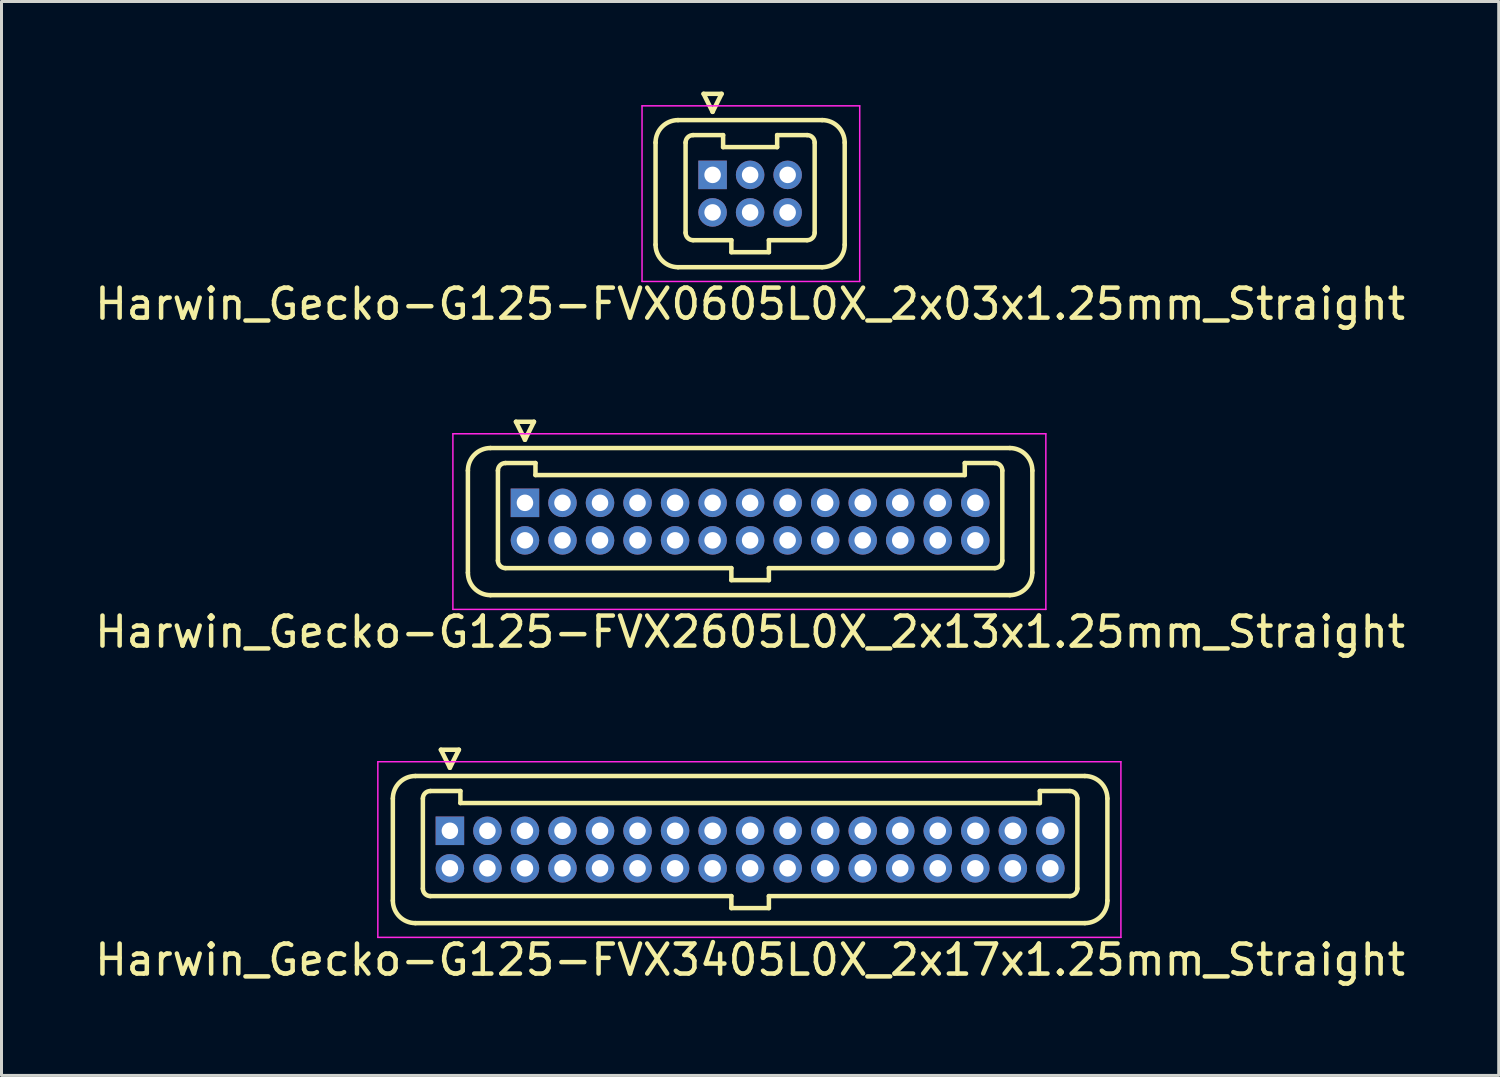
<source format=kicad_pcb>
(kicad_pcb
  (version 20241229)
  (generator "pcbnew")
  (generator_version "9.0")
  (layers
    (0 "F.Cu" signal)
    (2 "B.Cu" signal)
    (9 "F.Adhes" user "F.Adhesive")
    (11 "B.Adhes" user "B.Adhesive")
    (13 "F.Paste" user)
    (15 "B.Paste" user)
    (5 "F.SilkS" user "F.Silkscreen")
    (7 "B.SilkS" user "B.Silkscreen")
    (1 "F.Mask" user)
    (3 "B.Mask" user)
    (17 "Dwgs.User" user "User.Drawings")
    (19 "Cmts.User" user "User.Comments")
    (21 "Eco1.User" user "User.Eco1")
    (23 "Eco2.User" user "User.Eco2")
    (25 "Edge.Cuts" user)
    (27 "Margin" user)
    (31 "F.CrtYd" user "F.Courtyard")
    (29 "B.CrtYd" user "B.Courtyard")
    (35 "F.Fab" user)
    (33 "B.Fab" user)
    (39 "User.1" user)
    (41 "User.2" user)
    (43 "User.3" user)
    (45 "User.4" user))
  (footprint "Harwin_Gecko-G125-FVX0605L0X_2x03x1.25mm_Straight"
    (layer "F.Cu")
    (at 20.685 2.775)
    (property "Reference" "Harwin_Gecko-G125-FVX0605L0X_2x03x1.25mm_Straight" (at 1.25 4.3 0) (layer "F.SilkS") (effects (font (size 1 1) (thickness 0.15))))
    (attr through_hole)
    (fp_line (start -1.9 -1.075) (end -1.9 2.325) (stroke (width 0.15) (type solid)) (layer "F.SilkS"))
    (fp_line (start -1.15 -1.825) (end 3.65 -1.825) (stroke (width 0.15) (type solid)) (layer "F.SilkS"))
    (fp_line (start -1.15 3.075) (end 3.65 3.075) (stroke (width 0.15) (type solid)) (layer "F.SilkS"))
    (fp_line (start -0.9 -1.075) (end -0.9 1.925) (stroke (width 0.15) (type solid)) (layer "F.SilkS"))
    (fp_line (start -0.65 -1.325) (end 0.35 -1.325) (stroke (width 0.15) (type solid)) (layer "F.SilkS"))
    (fp_line (start -0.65 2.175) (end 0.625 2.175) (stroke (width 0.15) (type solid)) (layer "F.SilkS"))
    (fp_line (start -0.3 -2.7) (end 0.3 -2.7) (stroke (width 0.15) (type solid)) (layer "F.SilkS"))
    (fp_line (start 0 -2.1) (end -0.3 -2.7) (stroke (width 0.15) (type solid)) (layer "F.SilkS"))
    (fp_line (start 0.3 -2.7) (end 0 -2.1) (stroke (width 0.15) (type solid)) (layer "F.SilkS"))
    (fp_line (start 0.35 -1.325) (end 0.35 -0.925) (stroke (width 0.15) (type solid)) (layer "F.SilkS"))
    (fp_line (start 0.35 -0.925) (end 2.15 -0.925) (stroke (width 0.15) (type solid)) (layer "F.SilkS"))
    (fp_line (start 0.625 2.175) (end 0.625 2.575) (stroke (width 0.15) (type solid)) (layer "F.SilkS"))
    (fp_line (start 0.625 2.575) (end 1.875 2.575) (stroke (width 0.15) (type solid)) (layer "F.SilkS"))
    (fp_line (start 1.875 2.175) (end 3.15 2.175) (stroke (width 0.15) (type solid)) (layer "F.SilkS"))
    (fp_line (start 1.875 2.575) (end 1.875 2.175) (stroke (width 0.15) (type solid)) (layer "F.SilkS"))
    (fp_line (start 2.15 -1.325) (end 3.15 -1.325) (stroke (width 0.15) (type solid)) (layer "F.SilkS"))
    (fp_line (start 2.15 -0.925) (end 2.15 -1.325) (stroke (width 0.15) (type solid)) (layer "F.SilkS"))
    (fp_line (start 3.4 -1.075) (end 3.4 1.925) (stroke (width 0.15) (type solid)) (layer "F.SilkS"))
    (fp_line (start 4.4 -1.075) (end 4.4 2.325) (stroke (width 0.15) (type solid)) (layer "F.SilkS"))
    (fp_arc (start -1.9 -1.075) (mid -1.68033 -1.60533) (end -1.15 -1.825) (stroke (width 0.15) (type solid)) (layer "F.SilkS"))
    (fp_arc (start -1.15 3.075) (mid -1.68033 2.85533) (end -1.9 2.325) (stroke (width 0.15) (type solid)) (layer "F.SilkS"))
    (fp_arc (start -0.9 -1.075) (mid -0.826777 -1.251777) (end -0.65 -1.325) (stroke (width 0.15) (type solid)) (layer "F.SilkS"))
    (fp_arc (start -0.65 2.175) (mid -0.826777 2.101777) (end -0.9 1.925) (stroke (width 0.15) (type solid)) (layer "F.SilkS"))
    (fp_arc (start 3.15 -1.325) (mid 3.326777 -1.251777) (end 3.4 -1.075) (stroke (width 0.15) (type solid)) (layer "F.SilkS"))
    (fp_arc (start 3.4 1.925) (mid 3.326777 2.101777) (end 3.15 2.175) (stroke (width 0.15) (type solid)) (layer "F.SilkS"))
    (fp_arc (start 3.65 -1.825) (mid 4.18033 -1.60533) (end 4.4 -1.075) (stroke (width 0.15) (type solid)) (layer "F.SilkS"))
    (fp_arc (start 4.4 2.325) (mid 4.18033 2.85533) (end 3.65 3.075) (stroke (width 0.15) (type solid)) (layer "F.SilkS"))
    (fp_line (start -2.35 -2.3) (end -2.35 3.55) (stroke (width 0.05) (type solid)) (layer "F.CrtYd"))
    (fp_line (start -2.35 3.55) (end 4.9 3.55) (stroke (width 0.05) (type solid)) (layer "F.CrtYd"))
    (fp_line (start 4.9 -2.3) (end -2.35 -2.3) (stroke (width 0.05) (type solid)) (layer "F.CrtYd"))
    (fp_line (start 4.9 3.55) (end 4.9 -2.3) (stroke (width 0.05) (type solid)) (layer "F.CrtYd"))
    (pad "1" thru_hole rect (at 0 0) (size 0.95 0.95) (drill 0.55) (layers "*.Cu" "*.Mask"))
    (pad "2" thru_hole circle (at 0 1.25) (size 0.95 0.95) (drill 0.55) (layers "*.Cu" "*.Mask"))
    (pad "3" thru_hole circle (at 1.25 0) (size 0.95 0.95) (drill 0.55) (layers "*.Cu" "*.Mask"))
    (pad "4" thru_hole circle (at 1.25 1.25) (size 0.95 0.95) (drill 0.55) (layers "*.Cu" "*.Mask"))
    (pad "5" thru_hole circle (at 2.5 0) (size 0.95 0.95) (drill 0.55) (layers "*.Cu" "*.Mask"))
    (pad "6" thru_hole circle (at 2.5 1.25) (size 0.95 0.95) (drill 0.55) (layers "*.Cu" "*.Mask")))
  (footprint "Harwin_Gecko-G125-FVX3405L0X_2x17x1.25mm_Straight"
    (layer "F.Cu")
    (at 11.935 24.622)
    (property "Reference" "Harwin_Gecko-G125-FVX3405L0X_2x17x1.25mm_Straight" (at 10 4.3 0) (layer "F.SilkS") (effects (font (size 1 1) (thickness 0.15))))
    (attr through_hole)
    (fp_line (start -1.9 -1.075) (end -1.9 2.325) (stroke (width 0.15) (type solid)) (layer "F.SilkS"))
    (fp_line (start -1.15 -1.825) (end 21.15 -1.825) (stroke (width 0.15) (type solid)) (layer "F.SilkS"))
    (fp_line (start -1.15 3.075) (end 21.15 3.075) (stroke (width 0.15) (type solid)) (layer "F.SilkS"))
    (fp_line (start -0.9 -1.075) (end -0.9 1.925) (stroke (width 0.15) (type solid)) (layer "F.SilkS"))
    (fp_line (start -0.65 -1.325) (end 0.35 -1.325) (stroke (width 0.15) (type solid)) (layer "F.SilkS"))
    (fp_line (start -0.65 2.175) (end 9.375 2.175) (stroke (width 0.15) (type solid)) (layer "F.SilkS"))
    (fp_line (start -0.3 -2.7) (end 0.3 -2.7) (stroke (width 0.15) (type solid)) (layer "F.SilkS"))
    (fp_line (start 0 -2.1) (end -0.3 -2.7) (stroke (width 0.15) (type solid)) (layer "F.SilkS"))
    (fp_line (start 0.3 -2.7) (end 0 -2.1) (stroke (width 0.15) (type solid)) (layer "F.SilkS"))
    (fp_line (start 0.35 -1.325) (end 0.35 -0.925) (stroke (width 0.15) (type solid)) (layer "F.SilkS"))
    (fp_line (start 0.35 -0.925) (end 19.65 -0.925) (stroke (width 0.15) (type solid)) (layer "F.SilkS"))
    (fp_line (start 9.375 2.175) (end 9.375 2.575) (stroke (width 0.15) (type solid)) (layer "F.SilkS"))
    (fp_line (start 9.375 2.575) (end 10.625 2.575) (stroke (width 0.15) (type solid)) (layer "F.SilkS"))
    (fp_line (start 10.625 2.175) (end 20.65 2.175) (stroke (width 0.15) (type solid)) (layer "F.SilkS"))
    (fp_line (start 10.625 2.575) (end 10.625 2.175) (stroke (width 0.15) (type solid)) (layer "F.SilkS"))
    (fp_line (start 19.65 -1.325) (end 20.65 -1.325) (stroke (width 0.15) (type solid)) (layer "F.SilkS"))
    (fp_line (start 19.65 -0.925) (end 19.65 -1.325) (stroke (width 0.15) (type solid)) (layer "F.SilkS"))
    (fp_line (start 20.9 -1.075) (end 20.9 1.925) (stroke (width 0.15) (type solid)) (layer "F.SilkS"))
    (fp_line (start 21.9 -1.075) (end 21.9 2.325) (stroke (width 0.15) (type solid)) (layer "F.SilkS"))
    (fp_arc (start -1.9 -1.075) (mid -1.68033 -1.60533) (end -1.15 -1.825) (stroke (width 0.15) (type solid)) (layer "F.SilkS"))
    (fp_arc (start -1.15 3.075) (mid -1.68033 2.85533) (end -1.9 2.325) (stroke (width 0.15) (type solid)) (layer "F.SilkS"))
    (fp_arc (start -0.9 -1.075) (mid -0.826777 -1.251777) (end -0.65 -1.325) (stroke (width 0.15) (type solid)) (layer "F.SilkS"))
    (fp_arc (start -0.65 2.175) (mid -0.826777 2.101777) (end -0.9 1.925) (stroke (width 0.15) (type solid)) (layer "F.SilkS"))
    (fp_arc (start 20.65 -1.325) (mid 20.826777 -1.251777) (end 20.9 -1.075) (stroke (width 0.15) (type solid)) (layer "F.SilkS"))
    (fp_arc (start 20.9 1.925) (mid 20.826777 2.101777) (end 20.65 2.175) (stroke (width 0.15) (type solid)) (layer "F.SilkS"))
    (fp_arc (start 21.15 -1.825) (mid 21.68033 -1.60533) (end 21.9 -1.075) (stroke (width 0.15) (type solid)) (layer "F.SilkS"))
    (fp_arc (start 21.9 2.325) (mid 21.68033 2.85533) (end 21.15 3.075) (stroke (width 0.15) (type solid)) (layer "F.SilkS"))
    (fp_line (start -2.4 -2.3) (end -2.4 3.55) (stroke (width 0.05) (type solid)) (layer "F.CrtYd"))
    (fp_line (start -2.4 3.55) (end 22.35 3.55) (stroke (width 0.05) (type solid)) (layer "F.CrtYd"))
    (fp_line (start 22.35 -2.3) (end -2.4 -2.3) (stroke (width 0.05) (type solid)) (layer "F.CrtYd"))
    (fp_line (start 22.35 3.55) (end 22.35 -2.3) (stroke (width 0.05) (type solid)) (layer "F.CrtYd"))
    (pad "1" thru_hole rect (at 0 0) (size 0.95 0.95) (drill 0.55) (layers "*.Cu" "*.Mask"))
    (pad "2" thru_hole circle (at 0 1.25) (size 0.95 0.95) (drill 0.55) (layers "*.Cu" "*.Mask"))
    (pad "3" thru_hole circle (at 1.25 0) (size 0.95 0.95) (drill 0.55) (layers "*.Cu" "*.Mask"))
    (pad "4" thru_hole circle (at 1.25 1.25) (size 0.95 0.95) (drill 0.55) (layers "*.Cu" "*.Mask"))
    (pad "5" thru_hole circle (at 2.5 0) (size 0.95 0.95) (drill 0.55) (layers "*.Cu" "*.Mask"))
    (pad "6" thru_hole circle (at 2.5 1.25) (size 0.95 0.95) (drill 0.55) (layers "*.Cu" "*.Mask"))
    (pad "7" thru_hole circle (at 3.75 0) (size 0.95 0.95) (drill 0.55) (layers "*.Cu" "*.Mask"))
    (pad "8" thru_hole circle (at 3.75 1.25) (size 0.95 0.95) (drill 0.55) (layers "*.Cu" "*.Mask"))
    (pad "9" thru_hole circle (at 5 0) (size 0.95 0.95) (drill 0.55) (layers "*.Cu" "*.Mask"))
    (pad "10" thru_hole circle (at 5 1.25) (size 0.95 0.95) (drill 0.55) (layers "*.Cu" "*.Mask"))
    (pad "11" thru_hole circle (at 6.25 0) (size 0.95 0.95) (drill 0.55) (layers "*.Cu" "*.Mask"))
    (pad "12" thru_hole circle (at 6.25 1.25) (size 0.95 0.95) (drill 0.55) (layers "*.Cu" "*.Mask"))
    (pad "13" thru_hole circle (at 7.5 0) (size 0.95 0.95) (drill 0.55) (layers "*.Cu" "*.Mask"))
    (pad "14" thru_hole circle (at 7.5 1.25) (size 0.95 0.95) (drill 0.55) (layers "*.Cu" "*.Mask"))
    (pad "15" thru_hole circle (at 8.75 0) (size 0.95 0.95) (drill 0.55) (layers "*.Cu" "*.Mask"))
    (pad "16" thru_hole circle (at 8.75 1.25) (size 0.95 0.95) (drill 0.55) (layers "*.Cu" "*.Mask"))
    (pad "17" thru_hole circle (at 10 0) (size 0.95 0.95) (drill 0.55) (layers "*.Cu" "*.Mask"))
    (pad "18" thru_hole circle (at 10 1.25) (size 0.95 0.95) (drill 0.55) (layers "*.Cu" "*.Mask"))
    (pad "19" thru_hole circle (at 11.25 0) (size 0.95 0.95) (drill 0.55) (layers "*.Cu" "*.Mask"))
    (pad "20" thru_hole circle (at 11.25 1.25) (size 0.95 0.95) (drill 0.55) (layers "*.Cu" "*.Mask"))
    (pad "21" thru_hole circle (at 12.5 0) (size 0.95 0.95) (drill 0.55) (layers "*.Cu" "*.Mask"))
    (pad "22" thru_hole circle (at 12.5 1.25) (size 0.95 0.95) (drill 0.55) (layers "*.Cu" "*.Mask"))
    (pad "23" thru_hole circle (at 13.75 0) (size 0.95 0.95) (drill 0.55) (layers "*.Cu" "*.Mask"))
    (pad "24" thru_hole circle (at 13.75 1.25) (size 0.95 0.95) (drill 0.55) (layers "*.Cu" "*.Mask"))
    (pad "25" thru_hole circle (at 15 0) (size 0.95 0.95) (drill 0.55) (layers "*.Cu" "*.Mask"))
    (pad "26" thru_hole circle (at 15 1.25) (size 0.95 0.95) (drill 0.55) (layers "*.Cu" "*.Mask"))
    (pad "27" thru_hole circle (at 16.25 0) (size 0.95 0.95) (drill 0.55) (layers "*.Cu" "*.Mask"))
    (pad "28" thru_hole circle (at 16.25 1.25) (size 0.95 0.95) (drill 0.55) (layers "*.Cu" "*.Mask"))
    (pad "29" thru_hole circle (at 17.5 0) (size 0.95 0.95) (drill 0.55) (layers "*.Cu" "*.Mask"))
    (pad "30" thru_hole circle (at 17.5 1.25) (size 0.95 0.95) (drill 0.55) (layers "*.Cu" "*.Mask"))
    (pad "31" thru_hole circle (at 18.75 0) (size 0.95 0.95) (drill 0.55) (layers "*.Cu" "*.Mask"))
    (pad "32" thru_hole circle (at 18.75 1.25) (size 0.95 0.95) (drill 0.55) (layers "*.Cu" "*.Mask"))
    (pad "33" thru_hole circle (at 20 0) (size 0.95 0.95) (drill 0.55) (layers "*.Cu" "*.Mask"))
    (pad "34" thru_hole circle (at 20 1.25) (size 0.95 0.95) (drill 0.55) (layers "*.Cu" "*.Mask")))
  (footprint "Harwin_Gecko-G125-FVX2605L0X_2x13x1.25mm_Straight"
    (layer "F.Cu")
    (at 14.435 13.698)
    (property "Reference" "Harwin_Gecko-G125-FVX2605L0X_2x13x1.25mm_Straight" (at 7.5 4.3 0) (layer "F.SilkS") (effects (font (size 1 1) (thickness 0.15))))
    (attr through_hole)
    (fp_line (start -1.9 -1.075) (end -1.9 2.325) (stroke (width 0.15) (type solid)) (layer "F.SilkS"))
    (fp_line (start -1.15 -1.825) (end 16.15 -1.825) (stroke (width 0.15) (type solid)) (layer "F.SilkS"))
    (fp_line (start -1.15 3.075) (end 16.15 3.075) (stroke (width 0.15) (type solid)) (layer "F.SilkS"))
    (fp_line (start -0.9 -1.075) (end -0.9 1.925) (stroke (width 0.15) (type solid)) (layer "F.SilkS"))
    (fp_line (start -0.65 -1.325) (end 0.35 -1.325) (stroke (width 0.15) (type solid)) (layer "F.SilkS"))
    (fp_line (start -0.65 2.175) (end 6.875 2.175) (stroke (width 0.15) (type solid)) (layer "F.SilkS"))
    (fp_line (start -0.3 -2.7) (end 0.3 -2.7) (stroke (width 0.15) (type solid)) (layer "F.SilkS"))
    (fp_line (start 0 -2.1) (end -0.3 -2.7) (stroke (width 0.15) (type solid)) (layer "F.SilkS"))
    (fp_line (start 0.3 -2.7) (end 0 -2.1) (stroke (width 0.15) (type solid)) (layer "F.SilkS"))
    (fp_line (start 0.35 -1.325) (end 0.35 -0.925) (stroke (width 0.15) (type solid)) (layer "F.SilkS"))
    (fp_line (start 0.35 -0.925) (end 14.65 -0.925) (stroke (width 0.15) (type solid)) (layer "F.SilkS"))
    (fp_line (start 6.875 2.175) (end 6.875 2.575) (stroke (width 0.15) (type solid)) (layer "F.SilkS"))
    (fp_line (start 6.875 2.575) (end 8.125 2.575) (stroke (width 0.15) (type solid)) (layer "F.SilkS"))
    (fp_line (start 8.125 2.175) (end 15.65 2.175) (stroke (width 0.15) (type solid)) (layer "F.SilkS"))
    (fp_line (start 8.125 2.575) (end 8.125 2.175) (stroke (width 0.15) (type solid)) (layer "F.SilkS"))
    (fp_line (start 14.65 -1.325) (end 15.65 -1.325) (stroke (width 0.15) (type solid)) (layer "F.SilkS"))
    (fp_line (start 14.65 -0.925) (end 14.65 -1.325) (stroke (width 0.15) (type solid)) (layer "F.SilkS"))
    (fp_line (start 15.9 -1.075) (end 15.9 1.925) (stroke (width 0.15) (type solid)) (layer "F.SilkS"))
    (fp_line (start 16.9 -1.075) (end 16.9 2.325) (stroke (width 0.15) (type solid)) (layer "F.SilkS"))
    (fp_arc (start -1.9 -1.075) (mid -1.68033 -1.60533) (end -1.15 -1.825) (stroke (width 0.15) (type solid)) (layer "F.SilkS"))
    (fp_arc (start -1.15 3.075) (mid -1.68033 2.85533) (end -1.9 2.325) (stroke (width 0.15) (type solid)) (layer "F.SilkS"))
    (fp_arc (start -0.9 -1.075) (mid -0.826777 -1.251777) (end -0.65 -1.325) (stroke (width 0.15) (type solid)) (layer "F.SilkS"))
    (fp_arc (start -0.65 2.175) (mid -0.826777 2.101777) (end -0.9 1.925) (stroke (width 0.15) (type solid)) (layer "F.SilkS"))
    (fp_arc (start 15.65 -1.325) (mid 15.826777 -1.251777) (end 15.9 -1.075) (stroke (width 0.15) (type solid)) (layer "F.SilkS"))
    (fp_arc (start 15.9 1.925) (mid 15.826777 2.101777) (end 15.65 2.175) (stroke (width 0.15) (type solid)) (layer "F.SilkS"))
    (fp_arc (start 16.15 -1.825) (mid 16.68033 -1.60533) (end 16.9 -1.075) (stroke (width 0.15) (type solid)) (layer "F.SilkS"))
    (fp_arc (start 16.9 2.325) (mid 16.68033 2.85533) (end 16.15 3.075) (stroke (width 0.15) (type solid)) (layer "F.SilkS"))
    (fp_line (start -2.4 -2.3) (end -2.4 3.55) (stroke (width 0.05) (type solid)) (layer "F.CrtYd"))
    (fp_line (start -2.4 3.55) (end 17.35 3.55) (stroke (width 0.05) (type solid)) (layer "F.CrtYd"))
    (fp_line (start 17.35 -2.3) (end -2.4 -2.3) (stroke (width 0.05) (type solid)) (layer "F.CrtYd"))
    (fp_line (start 17.35 3.55) (end 17.35 -2.3) (stroke (width 0.05) (type solid)) (layer "F.CrtYd"))
    (pad "1" thru_hole rect (at 0 0) (size 0.95 0.95) (drill 0.55) (layers "*.Cu" "*.Mask"))
    (pad "2" thru_hole circle (at 0 1.25) (size 0.95 0.95) (drill 0.55) (layers "*.Cu" "*.Mask"))
    (pad "3" thru_hole circle (at 1.25 0) (size 0.95 0.95) (drill 0.55) (layers "*.Cu" "*.Mask"))
    (pad "4" thru_hole circle (at 1.25 1.25) (size 0.95 0.95) (drill 0.55) (layers "*.Cu" "*.Mask"))
    (pad "5" thru_hole circle (at 2.5 0) (size 0.95 0.95) (drill 0.55) (layers "*.Cu" "*.Mask"))
    (pad "6" thru_hole circle (at 2.5 1.25) (size 0.95 0.95) (drill 0.55) (layers "*.Cu" "*.Mask"))
    (pad "7" thru_hole circle (at 3.75 0) (size 0.95 0.95) (drill 0.55) (layers "*.Cu" "*.Mask"))
    (pad "8" thru_hole circle (at 3.75 1.25) (size 0.95 0.95) (drill 0.55) (layers "*.Cu" "*.Mask"))
    (pad "9" thru_hole circle (at 5 0) (size 0.95 0.95) (drill 0.55) (layers "*.Cu" "*.Mask"))
    (pad "10" thru_hole circle (at 5 1.25) (size 0.95 0.95) (drill 0.55) (layers "*.Cu" "*.Mask"))
    (pad "11" thru_hole circle (at 6.25 0) (size 0.95 0.95) (drill 0.55) (layers "*.Cu" "*.Mask"))
    (pad "12" thru_hole circle (at 6.25 1.25) (size 0.95 0.95) (drill 0.55) (layers "*.Cu" "*.Mask"))
    (pad "13" thru_hole circle (at 7.5 0) (size 0.95 0.95) (drill 0.55) (layers "*.Cu" "*.Mask"))
    (pad "14" thru_hole circle (at 7.5 1.25) (size 0.95 0.95) (drill 0.55) (layers "*.Cu" "*.Mask"))
    (pad "15" thru_hole circle (at 8.75 0) (size 0.95 0.95) (drill 0.55) (layers "*.Cu" "*.Mask"))
    (pad "16" thru_hole circle (at 8.75 1.25) (size 0.95 0.95) (drill 0.55) (layers "*.Cu" "*.Mask"))
    (pad "17" thru_hole circle (at 10 0) (size 0.95 0.95) (drill 0.55) (layers "*.Cu" "*.Mask"))
    (pad "18" thru_hole circle (at 10 1.25) (size 0.95 0.95) (drill 0.55) (layers "*.Cu" "*.Mask"))
    (pad "19" thru_hole circle (at 11.25 0) (size 0.95 0.95) (drill 0.55) (layers "*.Cu" "*.Mask"))
    (pad "20" thru_hole circle (at 11.25 1.25) (size 0.95 0.95) (drill 0.55) (layers "*.Cu" "*.Mask"))
    (pad "21" thru_hole circle (at 12.5 0) (size 0.95 0.95) (drill 0.55) (layers "*.Cu" "*.Mask"))
    (pad "22" thru_hole circle (at 12.5 1.25) (size 0.95 0.95) (drill 0.55) (layers "*.Cu" "*.Mask"))
    (pad "23" thru_hole circle (at 13.75 0) (size 0.95 0.95) (drill 0.55) (layers "*.Cu" "*.Mask"))
    (pad "24" thru_hole circle (at 13.75 1.25) (size 0.95 0.95) (drill 0.55) (layers "*.Cu" "*.Mask"))
    (pad "25" thru_hole circle (at 15 0) (size 0.95 0.95) (drill 0.55) (layers "*.Cu" "*.Mask"))
    (pad "26" thru_hole circle (at 15 1.25) (size 0.95 0.95) (drill 0.55) (layers "*.Cu" "*.Mask")))
  (gr_rect
    (start -3 -3)
    (end 46.869 32.77)
    (stroke (width 0.1) (type default))
    (fill no)
    (layer "Edge.Cuts")))
</source>
